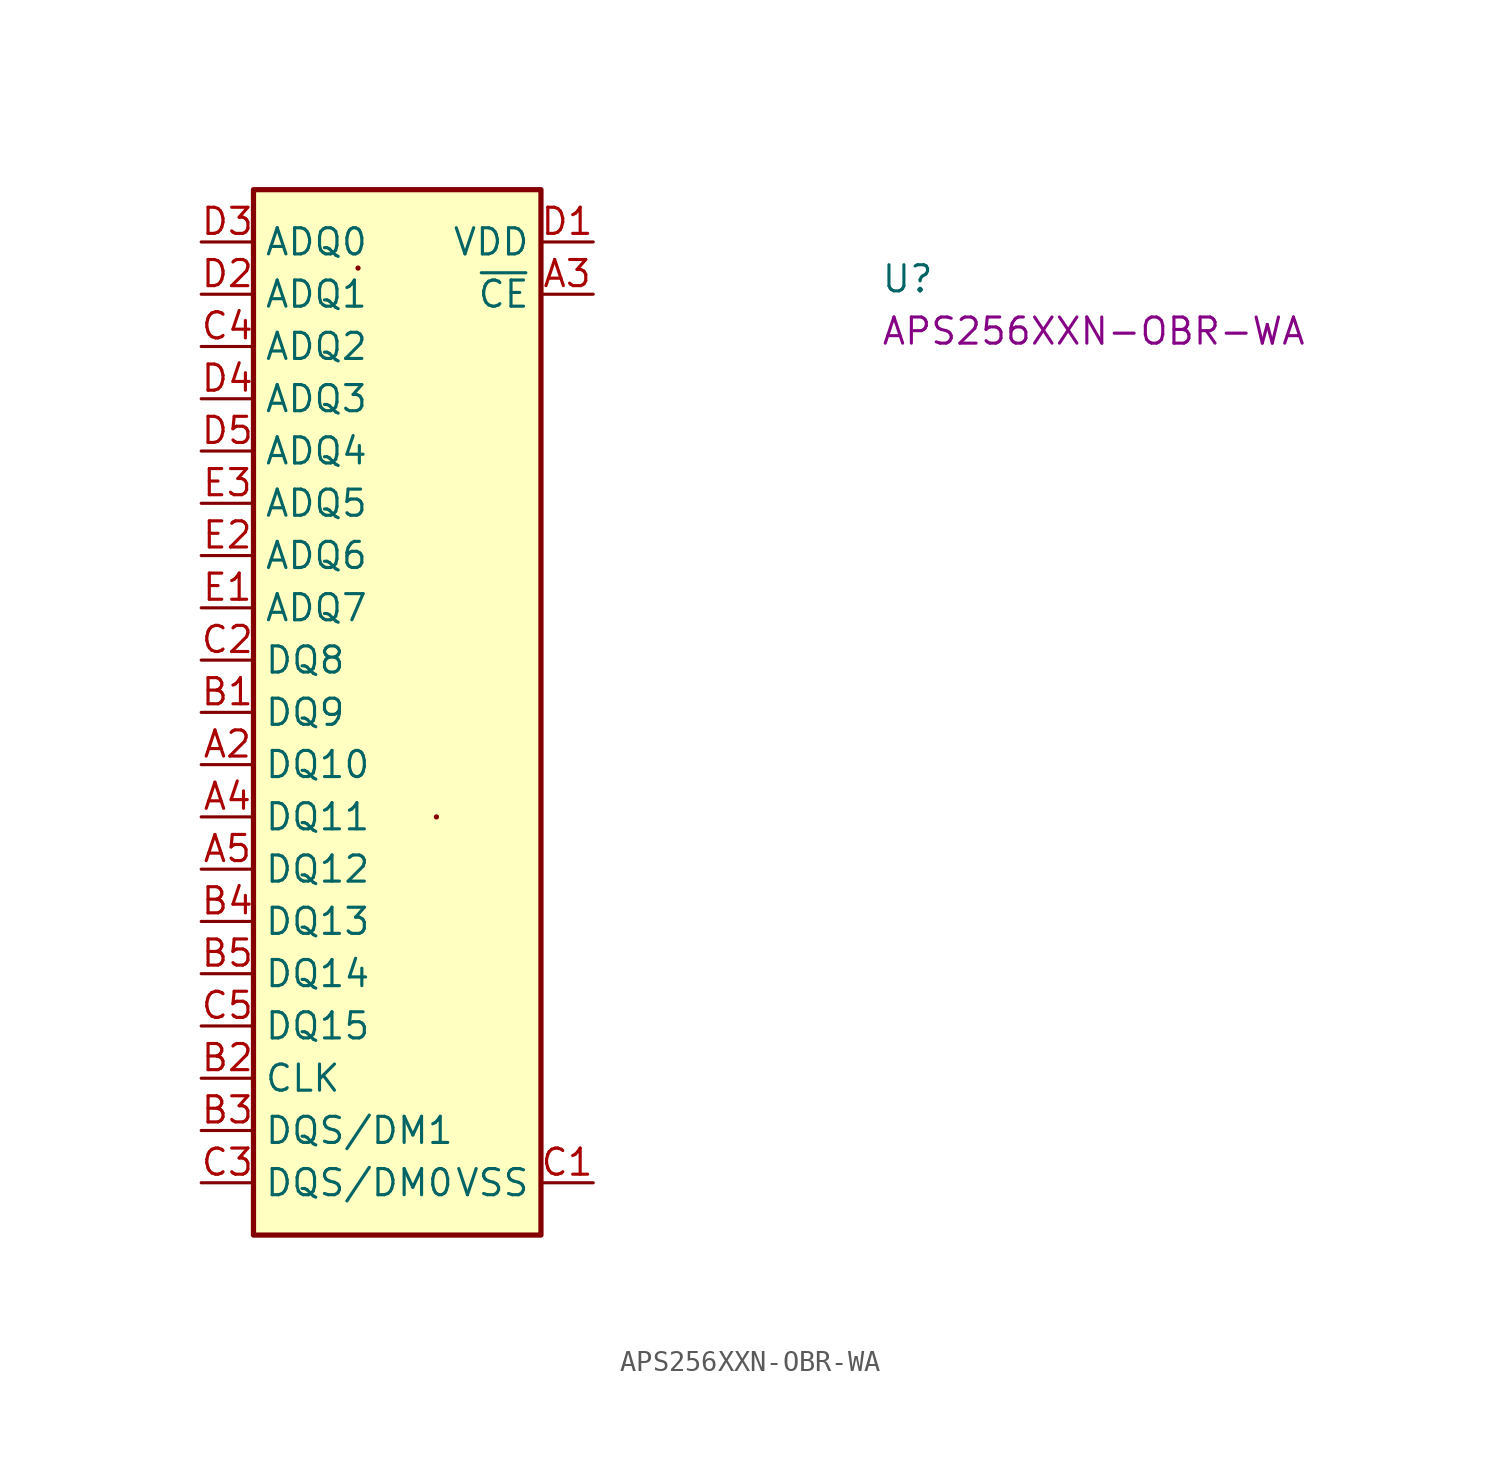
<source format=kicad_sym>
(kicad_symbol_lib
  (version 20220914)
  (generator kicad_symbol_editor)
  (symbol "APS256XXN-OBR-WA"
    (property "Reference" "U"
      (at 33.02 -2.54 0)
      (effects (font (size 1.27 1.27) (thickness 0.15)) (justify left bottom)))
    (property "MPN" "APS256XXN-OBR-WA"
      (at 33.02 -5.08 0)
      (effects (font (size 1.27 1.27) (thickness 0.15)) (justify left bottom)))
    (symbol "APS256XXN-OBR-WA_1_1"
      (rectangle (start 2.54 2.54) (end 16.51 -48.26) (stroke (width 0.254) (type default)) (fill (type background)))
      (rectangle (start 7.62 -1.27) (end 7.62 -1.27) (stroke (width 0.254) (type default)) (fill (type background)))
      (rectangle (start 11.43 -27.94) (end 11.43 -27.94) (stroke (width 0.254) (type default)) (fill (type background)))
      (pin bidirectional line (at 0 -25.4 0) (length 2.54) (name "DQ10" (effects (font (size 1.27 1.27)))) (number "A2" (effects (font (size 1.27 1.27)))))
      (pin passive line (at 19.05 -2.54 180) (length 2.54) (name "~{CE}" (effects (font (size 1.27 1.27)))) (number "A3" (effects (font (size 1.27 1.27)))))
      (pin bidirectional line (at 0 -27.94 0) (length 2.54) (name "DQ11" (effects (font (size 1.27 1.27)))) (number "A4" (effects (font (size 1.27 1.27)))))
      (pin bidirectional line (at 0 -30.48 0) (length 2.54) (name "DQ12" (effects (font (size 1.27 1.27)))) (number "A5" (effects (font (size 1.27 1.27)))))
      (pin bidirectional line (at 0 -22.86 0) (length 2.54) (name "DQ9" (effects (font (size 1.27 1.27)))) (number "B1" (effects (font (size 1.27 1.27)))))
      (pin input line (at 0 -40.64 0) (length 2.54) (name "CLK" (effects (font (size 1.27 1.27)))) (number "B2" (effects (font (size 1.27 1.27)))))
      (pin bidirectional line (at 0 -43.18 0) (length 2.54) (name "DQS/DM1" (effects (font (size 1.27 1.27)))) (number "B3" (effects (font (size 1.27 1.27)))))
      (pin bidirectional line (at 0 -33.02 0) (length 2.54) (name "DQ13" (effects (font (size 1.27 1.27)))) (number "B4" (effects (font (size 1.27 1.27)))))
      (pin bidirectional line (at 0 -35.56 0) (length 2.54) (name "DQ14" (effects (font (size 1.27 1.27)))) (number "B5" (effects (font (size 1.27 1.27)))))
      (pin power_in line (at 19.05 -45.72 180) (length 2.54) (name "VSS" (effects (font (size 1.27 1.27)))) (number "C1" (effects (font (size 1.27 1.27)))))
      (pin bidirectional line (at 0 -20.32 0) (length 2.54) (name "DQ8" (effects (font (size 1.27 1.27)))) (number "C2" (effects (font (size 1.27 1.27)))))
      (pin bidirectional line (at 0 -45.72 0) (length 2.54) (name "DQS/DM0" (effects (font (size 1.27 1.27)))) (number "C3" (effects (font (size 1.27 1.27)))))
      (pin bidirectional line (at 0 -5.08 0) (length 2.54) (name "ADQ2" (effects (font (size 1.27 1.27)))) (number "C4" (effects (font (size 1.27 1.27)))))
      (pin bidirectional line (at 0 -38.1 0) (length 2.54) (name "DQ15" (effects (font (size 1.27 1.27)))) (number "C5" (effects (font (size 1.27 1.27)))))
      (pin power_in line (at 19.05 0 180) (length 2.54) (name "VDD" (effects (font (size 1.27 1.27)))) (number "D1" (effects (font (size 1.27 1.27)))))
      (pin bidirectional line (at 0 -2.54 0) (length 2.54) (name "ADQ1" (effects (font (size 1.27 1.27)))) (number "D2" (effects (font (size 1.27 1.27)))))
      (pin bidirectional line (at 0 0 0) (length 2.54) (name "ADQ0" (effects (font (size 1.27 1.27)))) (number "D3" (effects (font (size 1.27 1.27)))))
      (pin bidirectional line (at 0 -7.62 0) (length 2.54) (name "ADQ3" (effects (font (size 1.27 1.27)))) (number "D4" (effects (font (size 1.27 1.27)))))
      (pin bidirectional line (at 0 -10.16 0) (length 2.54) (name "ADQ4" (effects (font (size 1.27 1.27)))) (number "D5" (effects (font (size 1.27 1.27)))))
      (pin bidirectional line (at 0 -17.78 0) (length 2.54) (name "ADQ7" (effects (font (size 1.27 1.27)))) (number "E1" (effects (font (size 1.27 1.27)))))
      (pin bidirectional line (at 0 -15.24 0) (length 2.54) (name "ADQ6" (effects (font (size 1.27 1.27)))) (number "E2" (effects (font (size 1.27 1.27)))))
      (pin bidirectional line (at 0 -12.7 0) (length 2.54) (name "ADQ5" (effects (font (size 1.27 1.27)))) (number "E3" (effects (font (size 1.27 1.27)))))
      (pin passive line (at 19.05 0 180) (length 2.54) hide (name "VDD" (effects (font (size 1.27 1.27)))) (number "E4" (effects (font (size 1.27 1.27)))))
      (pin passive line (at 19.05 -45.72 180) (length 2.54) hide (name "VSS" (effects (font (size 1.27 1.27)))) (number "E5" (effects (font (size 1.27 1.27))))))))
</source>
